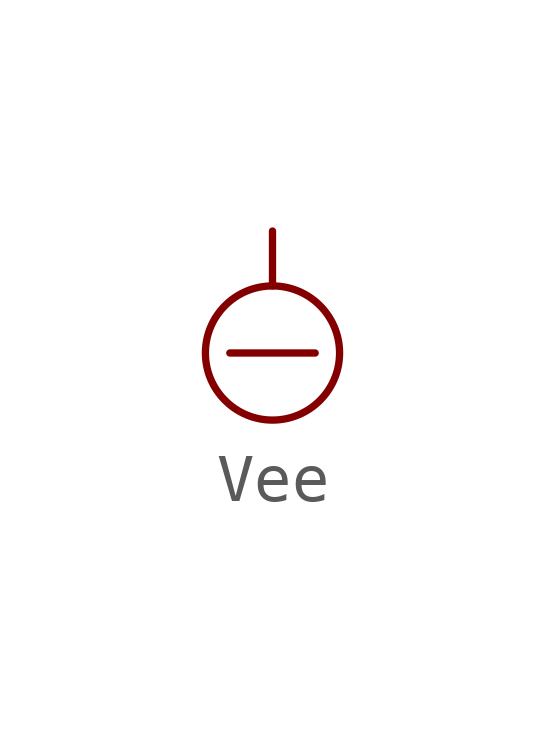
<source format=kicad_sym>
(kicad_symbol_lib
  (version 20220914)
  (generator kicad_symbol_editor)
  (symbol "Vee"
    (pin_names
      (offset 1.016))
    (property "Reference" "Vee1"
      (at 6.35 -3.81 0)
      (effects (font (size 2.54 2.54)) hide))
    (symbol "Vee_0_1"
      (circle (center 0 -2.54) (radius 1.397) (stroke (width 0) (type default)) (fill (type none)))
      (polyline (pts (xy 0.889 -2.54) (xy -0.889 -2.54)) (stroke (width 0) (type default)) (fill (type none))))
    (symbol "Vee_1_1"
      (pin power_out line (at 0 0 270) (length 1.143) (name "" (effects (font (size 1.27 1.27)))) (number "" (effects (font (size 1.143 1.143))))))))
</source>
